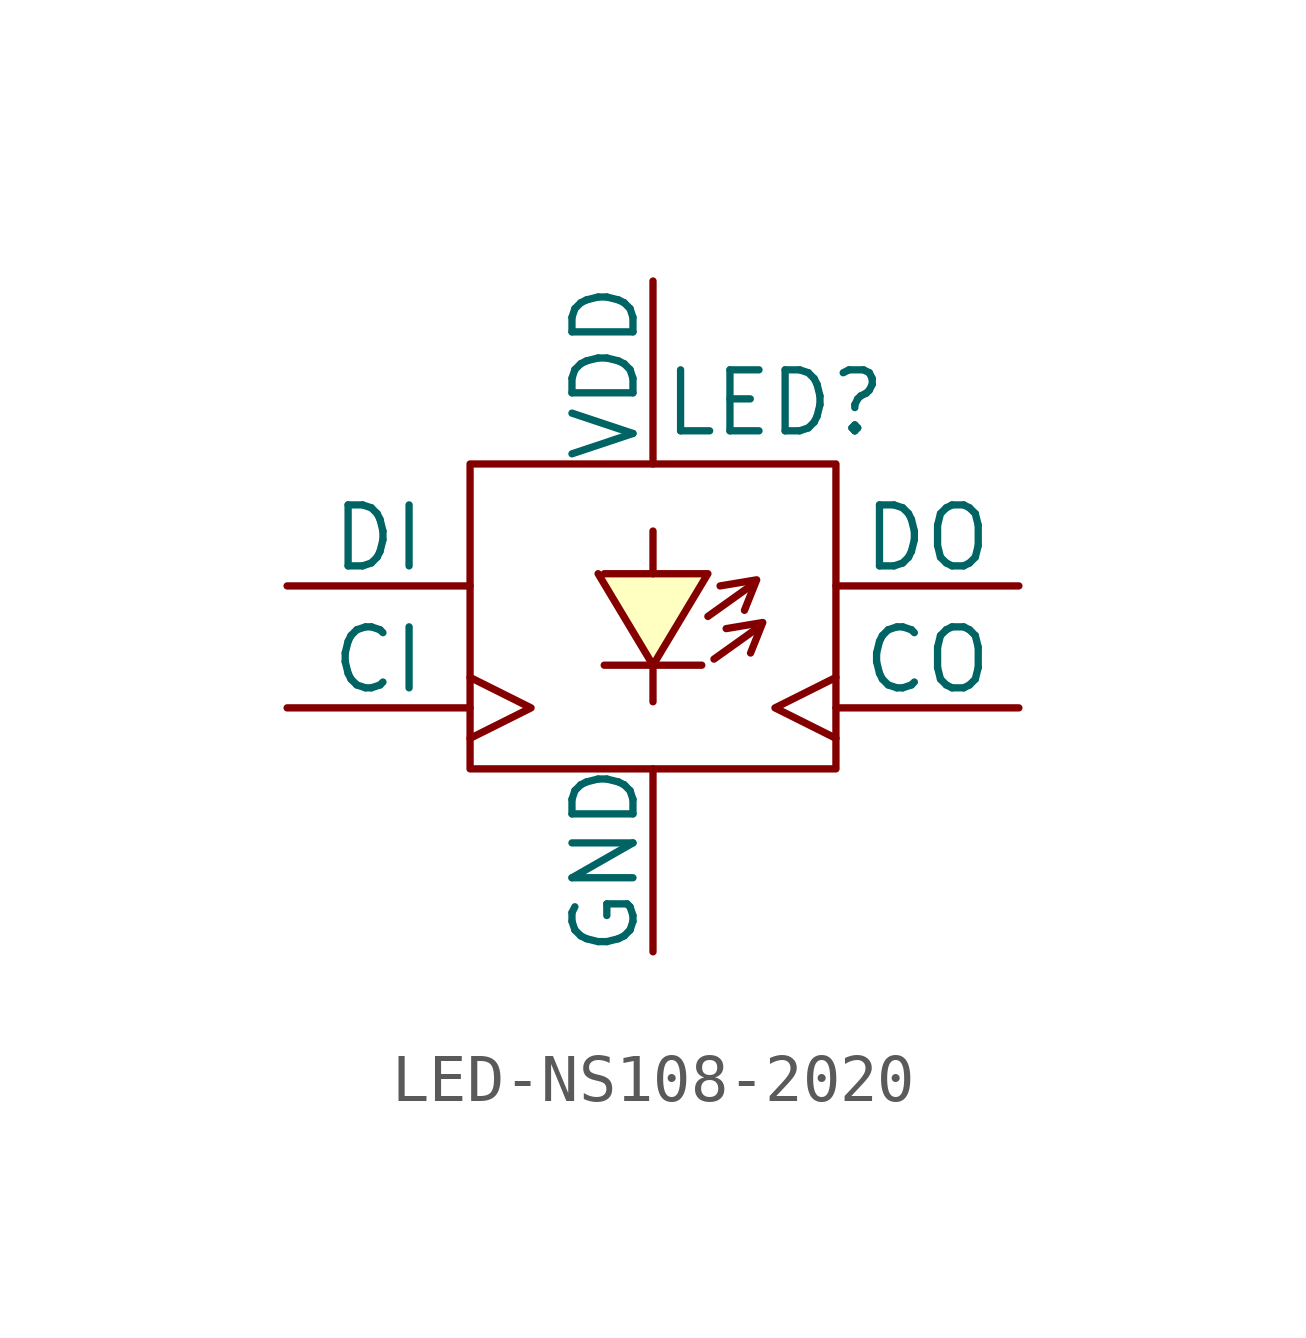
<source format=kicad_sym>
(kicad_symbol_lib
  (version 20220914)
  (generator kicad_symbol_editor)
  (symbol "LED-NS108-2020"
    (pin_numbers hide)
    (pin_names
      (offset 0))
    (property "Reference" "LED"
      (at 2.54 1.27 0)
      (effects (font (size 1.27 1.27))))
    (symbol "LED-NS108-2020_0_1"
      (rectangle (start -3.81 0) (end 3.81 -6.35) (stroke (width 0) (type default)) (fill (type none)))
      (polyline (pts (xy -1.016 -4.191) (xy 1.016 -4.191)) (stroke (width 0) (type default)) (fill (type none)))
      (polyline (pts (xy 0 -4.191) (xy 0 -4.953)) (stroke (width 0) (type default)) (fill (type none)))
      (polyline (pts (xy 0 -2.286) (xy 0 -1.397)) (stroke (width 0) (type default)) (fill (type none)))
      (polyline (pts (xy 1.143 -3.175) (xy 2.032 -2.54)) (stroke (width 0) (type default)) (fill (type none)))
      (polyline (pts (xy 1.27 -4.064) (xy 2.159 -3.429)) (stroke (width 0) (type default)) (fill (type none)))
      (polyline (pts (xy 1.397 -2.54) (xy 2.159 -2.413) (xy 1.905 -3.048)) (stroke (width 0) (type default)) (fill (type none)))
      (polyline (pts (xy 1.524 -3.429) (xy 2.286 -3.302) (xy 2.032 -3.937)) (stroke (width 0) (type default)) (fill (type none))))
    (symbol "LED-NS108-2020_1_0"
      (pin power_in line (at 0 3.81 270) (length 3.81) (name "VDD" (effects (font (size 1.27 1.27)))) (number "1" (effects (font (size 1 1)))))
      (pin output clock (at 7.62 -5.08 180) (length 3.81) (name "CO" (effects (font (size 1.27 1.27)))) (number "2" (effects (font (size 1 1)))))
      (pin output line (at 7.62 -2.54 180) (length 3.81) (name "DO" (effects (font (size 1.27 1.27)))) (number "3" (effects (font (size 1 1)))))
      (pin power_in line (at 0 -10.16 90) (length 3.81) (name "GND" (effects (font (size 1.27 1.27)))) (number "4" (effects (font (size 1 1)))))
      (pin input clock (at -7.62 -5.08 0) (length 3.81) (name "CI" (effects (font (size 1.27 1.27)))) (number "5" (effects (font (size 1 1)))))
      (pin input line (at -7.62 -2.54 0) (length 3.81) (name "DI" (effects (font (size 1.27 1.27)))) (number "6" (effects (font (size 1 1))))))
    (symbol "LED-NS108-2020_1_1"
      (polyline (pts (xy -1.143 -2.286) (xy 0 -4.191) (xy 1.143 -2.286) (xy -1.016 -2.286)) (stroke (width 0) (type default)) (fill (type background))))))
</source>
